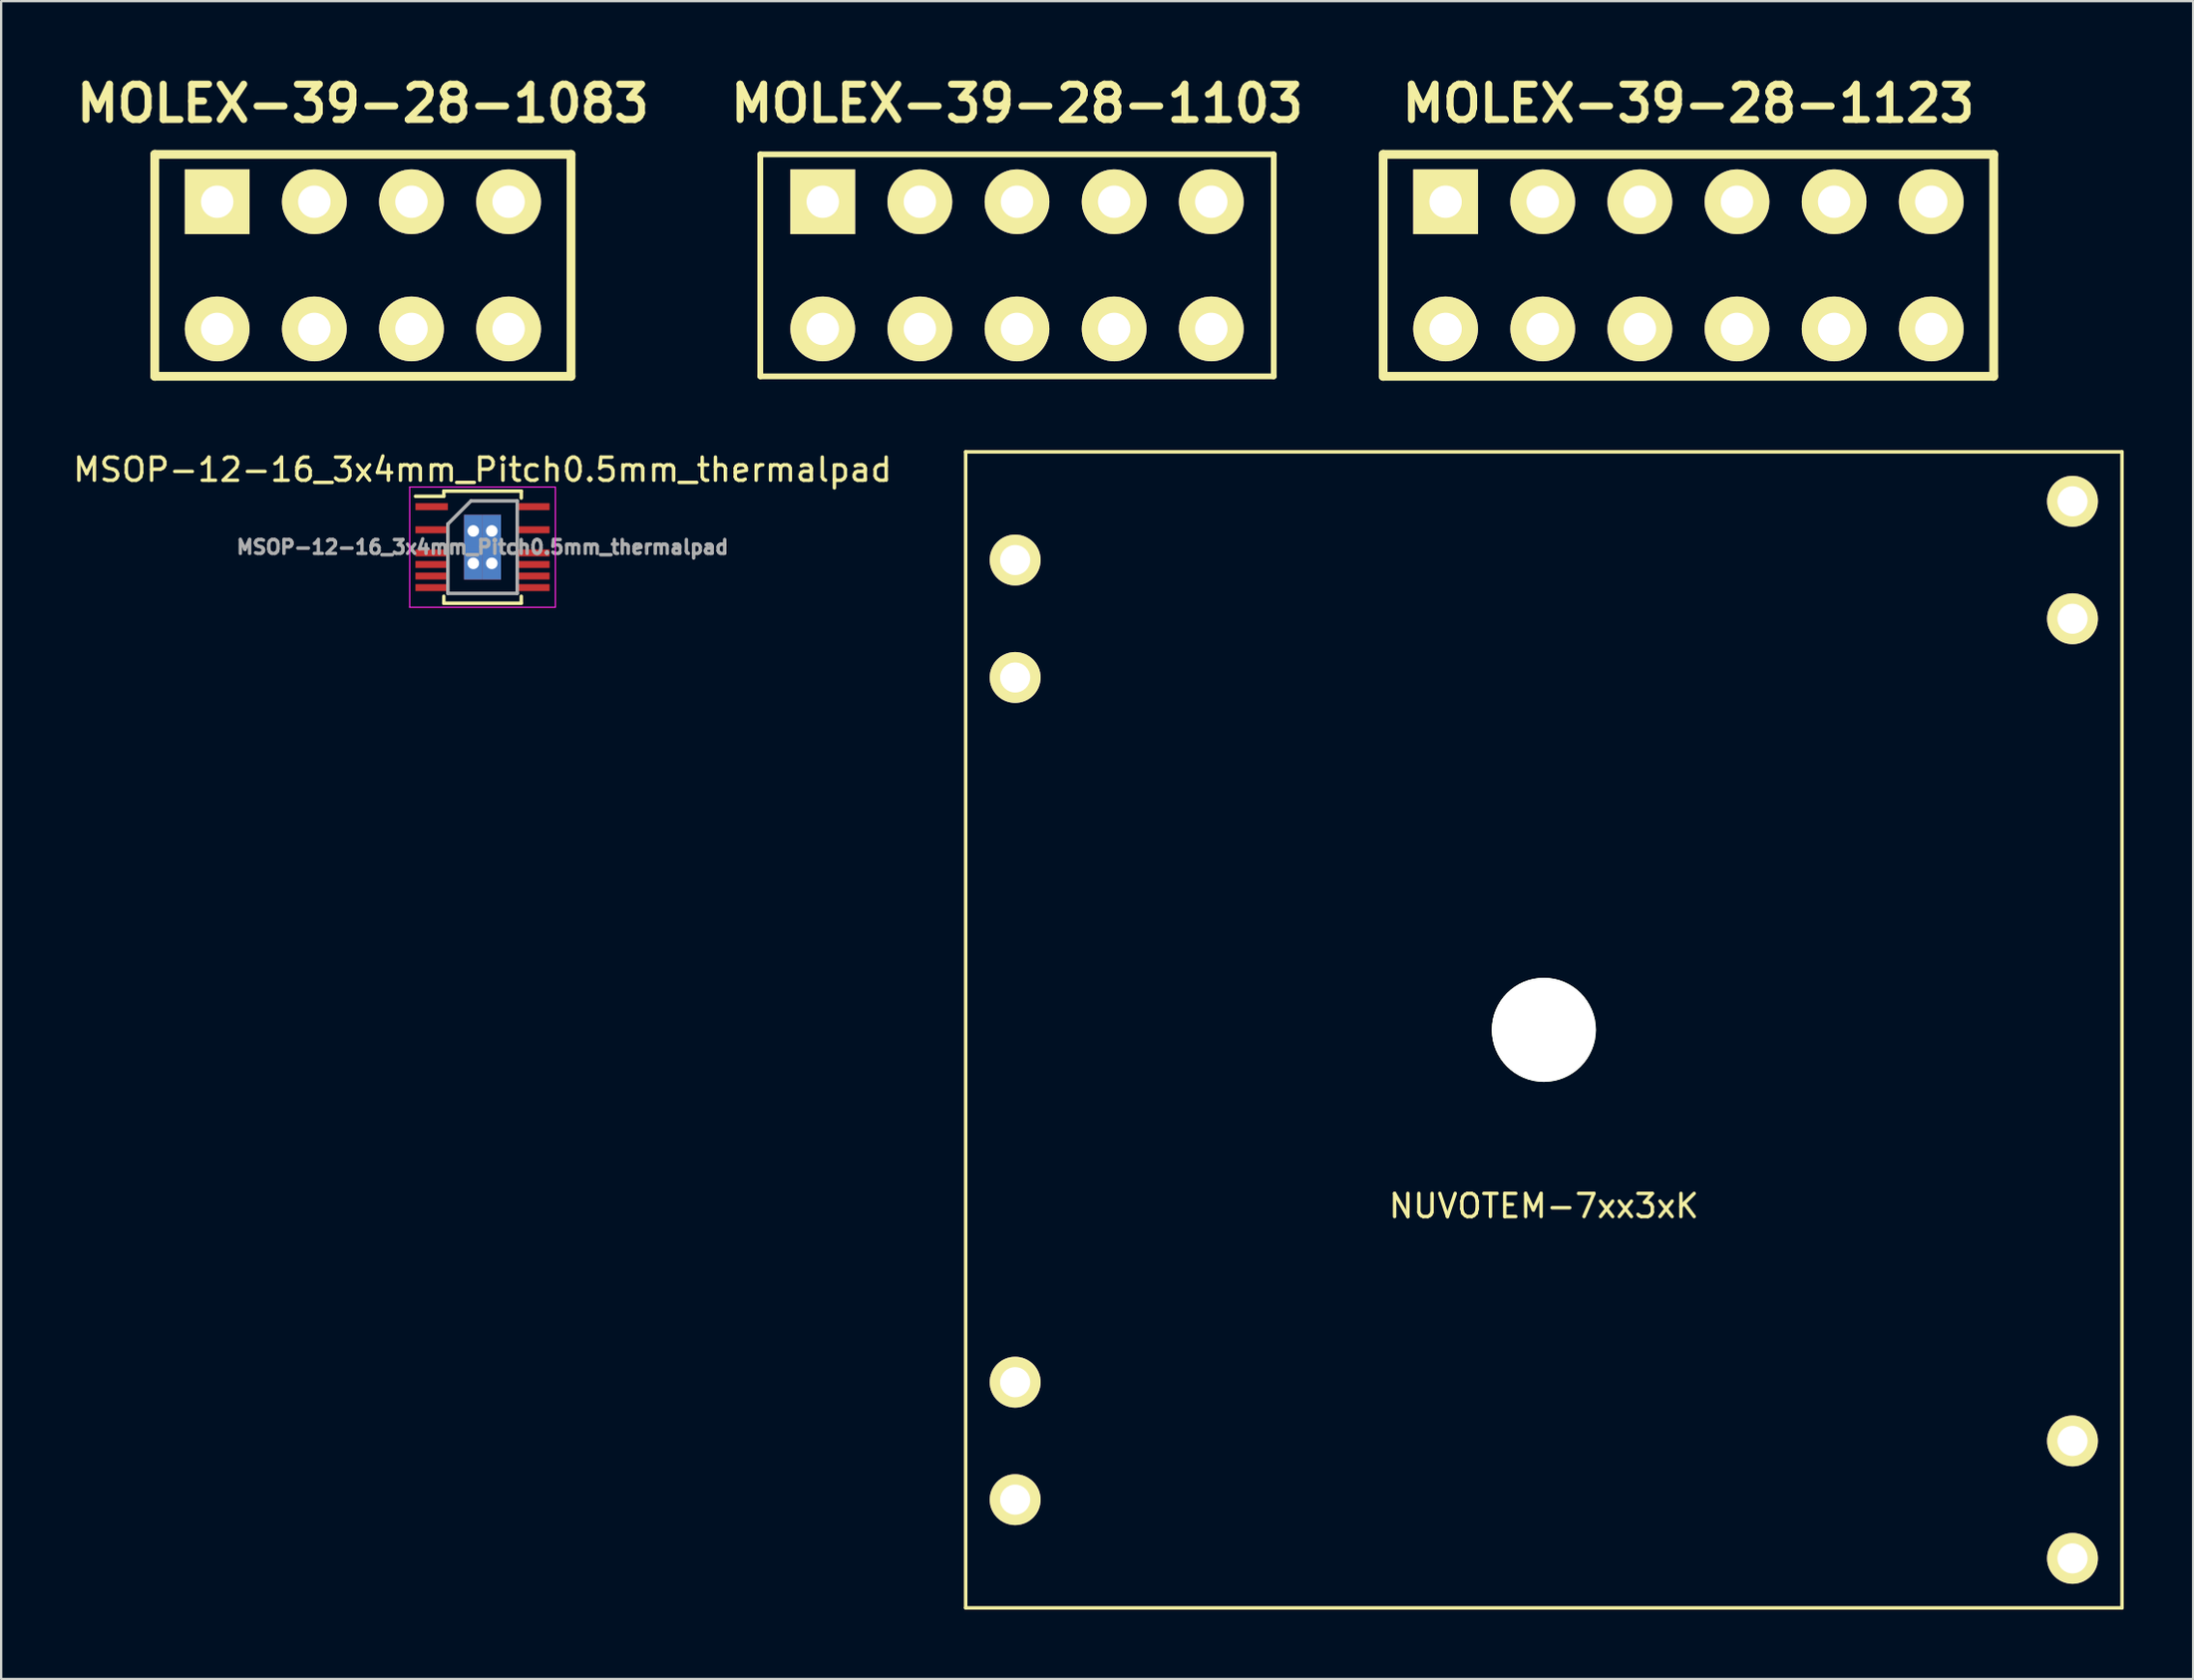
<source format=kicad_pcb>
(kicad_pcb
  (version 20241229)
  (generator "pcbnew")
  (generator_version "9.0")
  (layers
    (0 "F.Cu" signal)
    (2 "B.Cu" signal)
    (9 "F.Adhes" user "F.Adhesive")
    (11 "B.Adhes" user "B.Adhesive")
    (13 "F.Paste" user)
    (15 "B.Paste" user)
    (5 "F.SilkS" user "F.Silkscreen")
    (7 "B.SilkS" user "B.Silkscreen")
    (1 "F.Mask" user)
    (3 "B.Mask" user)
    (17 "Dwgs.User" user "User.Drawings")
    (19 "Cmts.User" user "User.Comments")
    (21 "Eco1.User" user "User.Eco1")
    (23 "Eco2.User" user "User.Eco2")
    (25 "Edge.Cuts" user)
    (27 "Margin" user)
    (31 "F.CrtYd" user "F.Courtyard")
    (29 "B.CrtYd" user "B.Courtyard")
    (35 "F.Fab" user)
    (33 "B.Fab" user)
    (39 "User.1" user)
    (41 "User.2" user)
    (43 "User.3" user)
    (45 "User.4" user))
  (footprint "NUVOTEM-7xx3xK"
    (layer "F.Cu")
    (at 63.706 41.492)
    (property "Reference" "NUVOTEM-7xx3xK" (at 0 7.62 0) (layer "F.SilkS") (effects (font (size 1 1) (thickness 0.15))))
    (attr through_hole)
    (fp_line (start -25 -25) (end 25 -25) (stroke (width 0.15) (type solid)) (layer "F.SilkS"))
    (fp_line (start -25 25) (end -25 -25) (stroke (width 0.15) (type solid)) (layer "F.SilkS"))
    (fp_line (start 25 -25) (end 25 25) (stroke (width 0.15) (type solid)) (layer "F.SilkS"))
    (fp_line (start 25 25) (end -25 25) (stroke (width 0.15) (type solid)) (layer "F.SilkS"))
    (pad "" np_thru_hole circle (at 0 0) (size 4.5 4.5) (drill 4.5) (layers "*.Cu" "*.Mask" "F.SilkS"))
    (pad "3" thru_hole circle (at -22.86 20.32) (size 2.2 2.2) (drill 1.3) (layers "*.Cu" "*.Mask" "F.SilkS"))
    (pad "4" thru_hole circle (at -22.86 15.24) (size 2.2 2.2) (drill 1.3) (layers "*.Cu" "*.Mask" "F.SilkS"))
    (pad "5" thru_hole circle (at -22.86 -15.24) (size 2.2 2.2) (drill 1.3) (layers "*.Cu" "*.Mask" "F.SilkS"))
    (pad "6" thru_hole circle (at -22.86 -20.32) (size 2.2 2.2) (drill 1.3) (layers "*.Cu" "*.Mask" "F.SilkS"))
    (pad "11" thru_hole circle (at 22.86 -22.86) (size 2.2 2.2) (drill 1.3) (layers "*.Cu" "*.Mask" "F.SilkS"))
    (pad "12" thru_hole circle (at 22.86 -17.78) (size 2.2 2.2) (drill 1.3) (layers "*.Cu" "*.Mask" "F.SilkS"))
    (pad "13" thru_hole circle (at 22.86 17.78) (size 2.2 2.2) (drill 1.3) (layers "*.Cu" "*.Mask" "F.SilkS"))
    (pad "14" thru_hole circle (at 22.86 22.86) (size 2.2 2.2) (drill 1.3) (layers "*.Cu" "*.Mask" "F.SilkS")))
  (footprint "MOLEX-39-28-1083"
    (layer "F.Cu")
    (at 12.642 8.426)
    (property "Reference" "MOLEX-39-28-1083" (at 0 -7 0) (layer "F.SilkS") (effects (font (size 1.524 1.524) (thickness 0.305))))
    (attr through_hole)
    (fp_line (start -9 -4.8) (end -9 4.8) (stroke (width 0.381) (type solid)) (layer "F.SilkS"))
    (fp_line (start -9 4.8) (end 9 4.8) (stroke (width 0.381) (type solid)) (layer "F.SilkS"))
    (fp_line (start 9 -4.8) (end -9 -4.8) (stroke (width 0.381) (type solid)) (layer "F.SilkS"))
    (fp_line (start 9 4.8) (end 9 -4.8) (stroke (width 0.381) (type solid)) (layer "F.SilkS"))
    (pad "1" thru_hole rect (at -6.3 -2.75) (size 2.8 2.8) (drill 1.4) (layers "*.Cu" "*.Mask" "F.SilkS"))
    (pad "2" thru_hole circle (at -6.3 2.75) (size 2.8 2.8) (drill 1.4) (layers "*.Cu" "*.Mask" "F.SilkS"))
    (pad "3" thru_hole circle (at -2.1 -2.75) (size 2.8 2.8) (drill 1.4) (layers "*.Cu" "*.Mask" "F.SilkS"))
    (pad "4" thru_hole circle (at -2.1 2.75) (size 2.8 2.8) (drill 1.4) (layers "*.Cu" "*.Mask" "F.SilkS"))
    (pad "5" thru_hole circle (at 2.1 -2.75) (size 2.8 2.8) (drill 1.4) (layers "*.Cu" "*.Mask" "F.SilkS"))
    (pad "6" thru_hole circle (at 2.1 2.75) (size 2.8 2.8) (drill 1.4) (layers "*.Cu" "*.Mask" "F.SilkS"))
    (pad "7" thru_hole circle (at 6.3 -2.75) (size 2.8 2.8) (drill 1.4) (layers "*.Cu" "*.Mask" "F.SilkS"))
    (pad "8" thru_hole circle (at 6.3 2.75) (size 2.8 2.8) (drill 1.4) (layers "*.Cu" "*.Mask" "F.SilkS")))
  (footprint "MOLEX-39-28-1103"
    (layer "F.Cu")
    (at 40.926 8.426)
    (property "Reference" "MOLEX-39-28-1103" (at 0 -7 0) (layer "F.SilkS") (effects (font (size 1.524 1.524) (thickness 0.305))))
    (attr through_hole)
    (fp_line (start -11.1 -4.8) (end 11.1 -4.8) (stroke (width 0.25) (type solid)) (layer "F.SilkS"))
    (fp_line (start -11.1 4.8) (end -11.1 -4.8) (stroke (width 0.25) (type solid)) (layer "F.SilkS"))
    (fp_line (start 11.1 -4.8) (end 11.1 4.8) (stroke (width 0.25) (type solid)) (layer "F.SilkS"))
    (fp_line (start 11.1 4.8) (end -11.1 4.8) (stroke (width 0.25) (type solid)) (layer "F.SilkS"))
    (pad "1" thru_hole rect (at -8.4 -2.75) (size 2.8 2.8) (drill 1.4) (layers "*.Cu" "*.Mask" "F.SilkS"))
    (pad "2" thru_hole circle (at -8.4 2.75) (size 2.8 2.8) (drill 1.4) (layers "*.Cu" "*.Mask" "F.SilkS"))
    (pad "3" thru_hole circle (at -4.2 -2.75) (size 2.8 2.8) (drill 1.4) (layers "*.Cu" "*.Mask" "F.SilkS"))
    (pad "4" thru_hole circle (at -4.2 2.75) (size 2.8 2.8) (drill 1.4) (layers "*.Cu" "*.Mask" "F.SilkS"))
    (pad "5" thru_hole circle (at 0 -2.75) (size 2.8 2.8) (drill 1.4) (layers "*.Cu" "*.Mask" "F.SilkS"))
    (pad "6" thru_hole circle (at 0 2.75) (size 2.8 2.8) (drill 1.4) (layers "*.Cu" "*.Mask" "F.SilkS"))
    (pad "7" thru_hole circle (at 4.2 -2.75) (size 2.8 2.8) (drill 1.4) (layers "*.Cu" "*.Mask" "F.SilkS"))
    (pad "8" thru_hole circle (at 4.2 2.75) (size 2.8 2.8) (drill 1.4) (layers "*.Cu" "*.Mask" "F.SilkS"))
    (pad "9" thru_hole circle (at 8.4 -2.75) (size 2.8 2.8) (drill 1.4) (layers "*.Cu" "*.Mask" "F.SilkS"))
    (pad "10" thru_hole circle (at 8.4 2.75) (size 2.8 2.8) (drill 1.4) (layers "*.Cu" "*.Mask" "F.SilkS")))
  (footprint "MSOP-12-16_3x4mm_Pitch0.5mm_thermalpad"
    (layer "F.Cu")
    (at 17.815 20.615)
    (property "Reference" "MSOP-12-16_3x4mm_Pitch0.5mm_thermalpad" (at 0 -3.35 0) (layer "F.SilkS") (effects (font (size 1 1) (thickness 0.15))))
    (attr smd)
    (fp_line (start -1.675 -2.425) (end -1.675 -2.2) (stroke (width 0.15) (type solid)) (layer "F.SilkS"))
    (fp_line (start -1.675 -2.425) (end 1.675 -2.425) (stroke (width 0.15) (type solid)) (layer "F.SilkS"))
    (fp_line (start -1.675 -2.2) (end -2.9 -2.2) (stroke (width 0.15) (type solid)) (layer "F.SilkS"))
    (fp_line (start -1.675 2.425) (end -1.675 2.125) (stroke (width 0.15) (type solid)) (layer "F.SilkS"))
    (fp_line (start -1.675 2.425) (end 1.675 2.425) (stroke (width 0.15) (type solid)) (layer "F.SilkS"))
    (fp_line (start 1.675 -2.425) (end 1.675 -2.125) (stroke (width 0.15) (type solid)) (layer "F.SilkS"))
    (fp_line (start 1.675 2.425) (end 1.675 2.125) (stroke (width 0.15) (type solid)) (layer "F.SilkS"))
    (fp_line (start -3.15 -2.6) (end -3.15 2.6) (stroke (width 0.05) (type solid)) (layer "F.CrtYd"))
    (fp_line (start -3.15 -2.6) (end 3.15 -2.6) (stroke (width 0.05) (type solid)) (layer "F.CrtYd"))
    (fp_line (start -3.15 2.6) (end 3.15 2.6) (stroke (width 0.05) (type solid)) (layer "F.CrtYd"))
    (fp_line (start 3.15 -2.6) (end 3.15 2.6) (stroke (width 0.05) (type solid)) (layer "F.CrtYd"))
    (fp_line (start -1.5 -1) (end -0.5 -2) (stroke (width 0.15) (type solid)) (layer "F.Fab"))
    (fp_line (start -1.5 2) (end -1.5 -1) (stroke (width 0.15) (type solid)) (layer "F.Fab"))
    (fp_line (start -0.5 -2) (end 1.5 -2) (stroke (width 0.15) (type solid)) (layer "F.Fab"))
    (fp_line (start 1.5 -2) (end 1.5 2) (stroke (width 0.15) (type solid)) (layer "F.Fab"))
    (fp_line (start 1.5 2) (end -1.5 2) (stroke (width 0.15) (type solid)) (layer "F.Fab"))
    (fp_text user "${REFERENCE}" (at 0 0 0) (layer "F.Fab") (effects (font (size 0.6 0.6) (thickness 0.15))))
    (pad "1" smd rect (at -2.2 -1.75) (size 1.4 0.3) (layers "F.Cu" "F.Mask" "F.Paste"))
    (pad "3" smd rect (at -2.2 -0.75) (size 1.4 0.3) (layers "F.Cu" "F.Mask" "F.Paste"))
    (pad "5" smd rect (at -2.2 0.25) (size 1.4 0.3) (layers "F.Cu" "F.Mask" "F.Paste"))
    (pad "6" smd rect (at -2.2 0.75) (size 1.4 0.3) (layers "F.Cu" "F.Mask" "F.Paste"))
    (pad "7" smd rect (at -2.2 1.25) (size 1.4 0.3) (layers "F.Cu" "F.Mask" "F.Paste"))
    (pad "8" smd rect (at -2.2 1.75) (size 1.4 0.3) (layers "F.Cu" "F.Mask" "F.Paste"))
    (pad "9" smd rect (at 2.2 1.75) (size 1.4 0.3) (layers "F.Cu" "F.Mask" "F.Paste"))
    (pad "10" smd rect (at 2.2 1.25) (size 1.4 0.3) (layers "F.Cu" "F.Mask" "F.Paste"))
    (pad "11" smd rect (at 2.2 0.75) (size 1.4 0.3) (layers "F.Cu" "F.Mask" "F.Paste"))
    (pad "12" smd rect (at 2.2 0.25) (size 1.4 0.3) (layers "F.Cu" "F.Mask" "F.Paste"))
    (pad "14" smd rect (at 2.2 -0.75) (size 1.4 0.3) (layers "F.Cu" "F.Mask" "F.Paste"))
    (pad "16" smd rect (at 2.2 -1.75) (size 1.4 0.3) (layers "F.Cu" "F.Mask" "F.Paste"))
    (pad "17" thru_hole rect (at -0.4 -0.7) (size 0.8 1.4) (drill 0.5) (layers "*.Cu" "*.Mask"))
    (pad "17" thru_hole rect (at -0.4 0.7) (size 0.8 1.4) (drill 0.5) (layers "*.Cu" "*.Mask"))
    (pad "17" thru_hole rect (at 0.4 -0.7) (size 0.8 1.4) (drill 0.5) (layers "*.Cu" "*.Mask"))
    (pad "17" thru_hole rect (at 0.4 0.7) (size 0.8 1.4) (drill 0.5) (layers "*.Cu" "*.Mask")))
  (footprint "MOLEX-39-28-1123"
    (layer "F.Cu")
    (at 69.958 8.426)
    (property "Reference" "MOLEX-39-28-1123" (at 0 -7 0) (layer "F.SilkS") (effects (font (size 1.524 1.524) (thickness 0.305))))
    (attr through_hole)
    (fp_line (start -13.2 -4.8) (end 13.2 -4.8) (stroke (width 0.381) (type solid)) (layer "F.SilkS"))
    (fp_line (start -13.2 4.8) (end -13.2 -4.8) (stroke (width 0.381) (type solid)) (layer "F.SilkS"))
    (fp_line (start 13.2 -4.8) (end 13.2 4.8) (stroke (width 0.381) (type solid)) (layer "F.SilkS"))
    (fp_line (start 13.2 4.8) (end -13.2 4.8) (stroke (width 0.381) (type solid)) (layer "F.SilkS"))
    (pad "1" thru_hole rect (at -10.5 -2.75) (size 2.8 2.8) (drill 1.4) (layers "*.Cu" "*.Mask" "F.SilkS"))
    (pad "2" thru_hole circle (at -10.5 2.75) (size 2.8 2.8) (drill 1.4) (layers "*.Cu" "*.Mask" "F.SilkS"))
    (pad "3" thru_hole circle (at -6.3 -2.75) (size 2.8 2.8) (drill 1.4) (layers "*.Cu" "*.Mask" "F.SilkS"))
    (pad "4" thru_hole circle (at -6.3 2.75) (size 2.8 2.8) (drill 1.4) (layers "*.Cu" "*.Mask" "F.SilkS"))
    (pad "5" thru_hole circle (at -2.1 -2.75) (size 2.8 2.8) (drill 1.4) (layers "*.Cu" "*.Mask" "F.SilkS"))
    (pad "6" thru_hole circle (at -2.1 2.75) (size 2.8 2.8) (drill 1.4) (layers "*.Cu" "*.Mask" "F.SilkS"))
    (pad "7" thru_hole circle (at 2.1 -2.75) (size 2.8 2.8) (drill 1.4) (layers "*.Cu" "*.Mask" "F.SilkS"))
    (pad "8" thru_hole circle (at 2.1 2.75) (size 2.8 2.8) (drill 1.4) (layers "*.Cu" "*.Mask" "F.SilkS"))
    (pad "9" thru_hole circle (at 6.3 -2.75) (size 2.8 2.8) (drill 1.4) (layers "*.Cu" "*.Mask" "F.SilkS"))
    (pad "10" thru_hole circle (at 6.3 2.75) (size 2.8 2.8) (drill 1.4) (layers "*.Cu" "*.Mask" "F.SilkS"))
    (pad "11" thru_hole circle (at 10.5 -2.75) (size 2.8 2.8) (drill 1.4) (layers "*.Cu" "*.Mask" "F.SilkS"))
    (pad "12" thru_hole circle (at 10.5 2.75) (size 2.8 2.8) (drill 1.4) (layers "*.Cu" "*.Mask" "F.SilkS")))
  (gr_rect
    (start -3 -3)
    (end 91.781 69.567)
    (stroke (width 0.1) (type default))
    (fill no)
    (layer "Edge.Cuts")))
</source>
